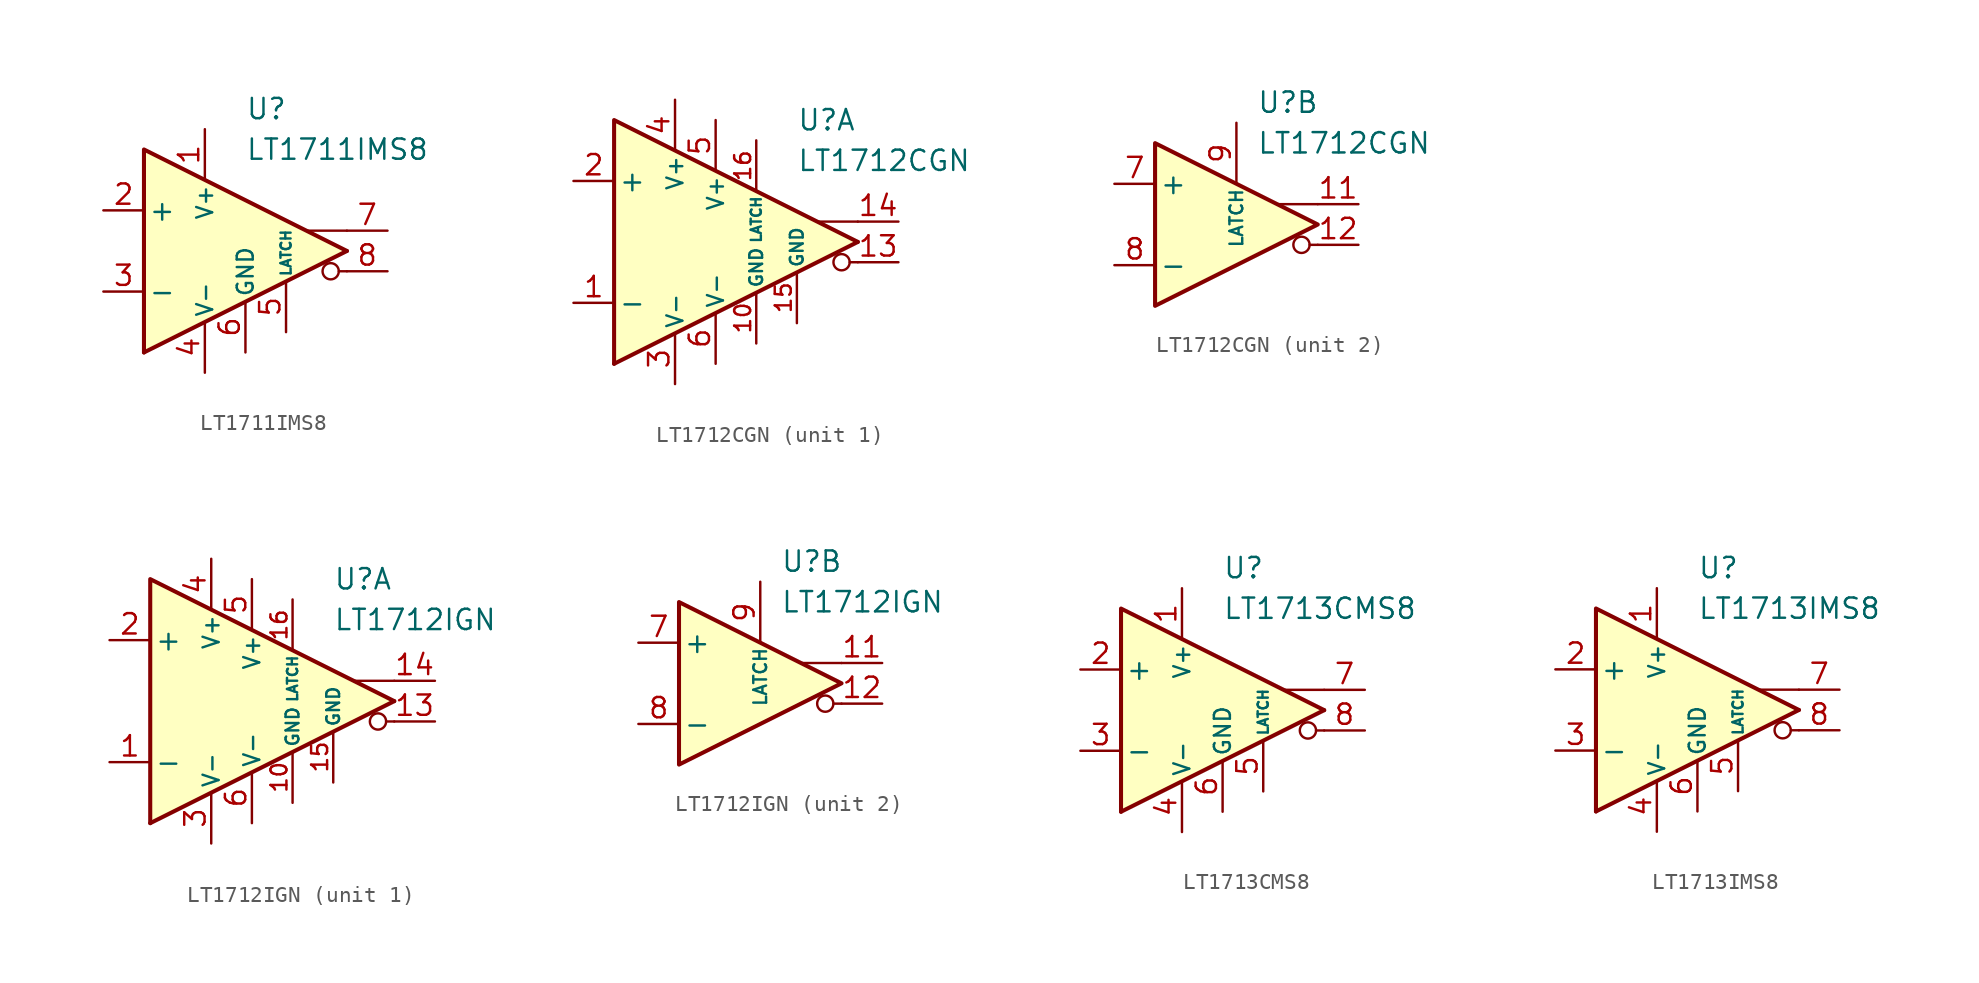
<source format=kicad_sym>
(kicad_symbol_lib
  (version 20231120)
  (generator "kicad_symbol_editor")
  (generator_version "8.0")
  (symbol "LT1711IMS8"
    (pin_names
      (offset 0.254))
    (property "Reference" "U"
      (at 0 8.89 0)
      (effects (font (size 1.27 1.27)) (justify left)))
    (property "Value" "LT1711IMS8"
      (at 0 6.35 0)
      (effects (font (size 1.27 1.27)) (justify left)))
    (symbol "LT1711IMS8_0_0"
      (polyline (pts (xy 6.35 -1.27) (xy 5.842 -1.27)) (stroke (width 0.152) (type default)) (fill (type none)))
      (polyline (pts (xy 6.35 0) (xy -6.35 -6.35)) (stroke (width 0.254) (type default)) (fill (type none)))
      (polyline (pts (xy 6.35 1.27) (xy 3.81 1.27)) (stroke (width 0.152) (type default)) (fill (type none)))
      (polyline (pts (xy 6.35 0) (xy -6.35 6.35) (xy -6.35 -6.35)) (stroke (width 0.254) (type default)) (fill (type background)))
      (circle (center 5.334 -1.27) (radius 0.508) (stroke (width 0.152) (type default)) (fill (type none))))
    (symbol "LT1711IMS8_1_1"
      (pin power_in line (at -2.54 7.62 270) (length 3.18) (name "V+" (effects (font (size 1 1)))) (number "1" (effects (font (size 1.27 1.27)))))
      (pin input line (at -8.89 2.54 0) (length 2.54) (name "+" (effects (font (size 1.27 1.27)))) (number "2" (effects (font (size 1.27 1.27)))))
      (pin input line (at -8.89 -2.54 0) (length 2.54) (name "-" (effects (font (size 1.27 1.27)))) (number "3" (effects (font (size 1.27 1.27)))))
      (pin power_in line (at -2.54 -7.62 90) (length 3.18) (name "V-" (effects (font (size 1 1)))) (number "4" (effects (font (size 1.27 1.27)))))
      (pin input line (at 2.54 -5.08 90) (length 3.18) (name "LATCH" (effects (font (size 0.635 0.635)))) (number "5" (effects (font (size 1.27 1.27)))))
      (pin power_in line (at 0 -6.35 90) (length 3.18) (name "GND" (effects (font (size 1 1)))) (number "6" (effects (font (size 1.27 1.27)))))
      (pin output line (at 8.89 1.27 180) (length 2.54) (name "~" (effects (font (size 1.27 1.27)))) (number "7" (effects (font (size 1.27 1.27)))))
      (pin output line (at 8.89 -1.27 180) (length 2.54) (name "~" (effects (font (size 1.27 1.27)))) (number "8" (effects (font (size 1.27 1.27)))))))
  (symbol "LT1712CGN"
    (pin_names
      (offset 0.254))
    (property "Reference" "U"
      (at 2.54 7.62 0)
      (effects (font (size 1.27 1.27)) (justify left)))
    (property "Value" "LT1712CGN"
      (at 2.54 5.08 0)
      (effects (font (size 1.27 1.27)) (justify left)))
    (property "ki_locked" ""
      (at 0 0 0)
      (effects (font (size 1.27 1.27))))
    (symbol "LT1712CGN_0_0"
      (polyline (pts (xy 6.35 -1.27) (xy 5.842 -1.27)) (stroke (width 0.152) (type default)) (fill (type none)))
      (polyline (pts (xy 6.35 1.27) (xy 3.81 1.27)) (stroke (width 0.152) (type default)) (fill (type none)))
      (circle (center 5.334 -1.27) (radius 0.508) (stroke (width 0.152) (type default)) (fill (type none))))
    (symbol "LT1712CGN_1_0"
      (polyline (pts (xy 6.35 0) (xy -8.89 -7.62)) (stroke (width 0.254) (type default)) (fill (type none)))
      (polyline (pts (xy 6.35 0) (xy -8.89 7.62) (xy -8.89 -7.62)) (stroke (width 0.254) (type default)) (fill (type background))))
    (symbol "LT1712CGN_1_1"
      (pin input line (at -11.43 -3.81 0) (length 2.54) (name "-" (effects (font (size 1.27 1.27)))) (number "1" (effects (font (size 1.27 1.27)))))
      (pin power_in line (at 0 -6.35 90) (length 3.18) (name "GND" (effects (font (size 0.8 0.8)))) (number "10" (effects (font (size 1 1)))))
      (pin output line (at 8.89 -1.27 180) (length 2.54) (name "~" (effects (font (size 1.27 1.27)))) (number "13" (effects (font (size 1.27 1.27)))))
      (pin output line (at 8.89 1.27 180) (length 2.54) (name "~" (effects (font (size 1.27 1.27)))) (number "14" (effects (font (size 1.27 1.27)))))
      (pin power_in line (at 2.54 -5.08 90) (length 3.18) (name "GND" (effects (font (size 0.8 0.8)))) (number "15" (effects (font (size 1 1)))))
      (pin input line (at 0 6.35 270) (length 3.18) (name "LATCH" (effects (font (size 0.635 0.635)))) (number "16" (effects (font (size 1 1)))))
      (pin input line (at -11.43 3.81 0) (length 2.54) (name "+" (effects (font (size 1.27 1.27)))) (number "2" (effects (font (size 1.27 1.27)))))
      (pin power_in line (at -5.08 -8.89 90) (length 3.18) (name "V-" (effects (font (size 1 1)))) (number "3" (effects (font (size 1.27 1.27)))))
      (pin power_in line (at -5.08 8.89 270) (length 3.18) (name "V+" (effects (font (size 1 1)))) (number "4" (effects (font (size 1.27 1.27)))))
      (pin power_in line (at -2.54 7.62 270) (length 3.18) (name "V+" (effects (font (size 1 1)))) (number "5" (effects (font (size 1.27 1.27)))))
      (pin power_in line (at -2.54 -7.62 90) (length 3.18) (name "V-" (effects (font (size 1 1)))) (number "6" (effects (font (size 1.27 1.27))))))
    (symbol "LT1712CGN_2_0"
      (polyline (pts (xy 6.35 0) (xy -3.81 5.08) (xy -3.81 -5.08) (xy 6.35 0)) (stroke (width 0.254) (type default)) (fill (type background))))
    (symbol "LT1712CGN_2_1"
      (pin output line (at 8.89 1.27 180) (length 2.54) (name "~" (effects (font (size 1.27 1.27)))) (number "11" (effects (font (size 1.27 1.27)))))
      (pin output line (at 8.89 -1.27 180) (length 2.54) (name "~" (effects (font (size 1.27 1.27)))) (number "12" (effects (font (size 1.27 1.27)))))
      (pin input line (at -6.35 2.54 0) (length 2.54) (name "+" (effects (font (size 1.27 1.27)))) (number "7" (effects (font (size 1.27 1.27)))))
      (pin input line (at -6.35 -2.54 0) (length 2.54) (name "-" (effects (font (size 1.27 1.27)))) (number "8" (effects (font (size 1.27 1.27)))))
      (pin input line (at 1.27 6.35 270) (length 3.81) (name "LATCH" (effects (font (size 0.8 0.8)))) (number "9" (effects (font (size 1.27 1.27)))))))
  (symbol "LT1712IGN"
    (pin_names
      (offset 0.254))
    (property "Reference" "U"
      (at 2.54 7.62 0)
      (effects (font (size 1.27 1.27)) (justify left)))
    (property "Value" "LT1712IGN"
      (at 2.54 5.08 0)
      (effects (font (size 1.27 1.27)) (justify left)))
    (property "ki_locked" ""
      (at 0 0 0)
      (effects (font (size 1.27 1.27))))
    (symbol "LT1712IGN_0_0"
      (polyline (pts (xy 6.35 -1.27) (xy 5.842 -1.27)) (stroke (width 0.152) (type default)) (fill (type none)))
      (polyline (pts (xy 6.35 1.27) (xy 3.81 1.27)) (stroke (width 0.152) (type default)) (fill (type none)))
      (circle (center 5.334 -1.27) (radius 0.508) (stroke (width 0.152) (type default)) (fill (type none))))
    (symbol "LT1712IGN_1_0"
      (polyline (pts (xy 6.35 0) (xy -8.89 -7.62)) (stroke (width 0.254) (type default)) (fill (type none)))
      (polyline (pts (xy 6.35 0) (xy -8.89 7.62) (xy -8.89 -7.62)) (stroke (width 0.254) (type default)) (fill (type background))))
    (symbol "LT1712IGN_1_1"
      (pin input line (at -11.43 -3.81 0) (length 2.54) (name "-" (effects (font (size 1.27 1.27)))) (number "1" (effects (font (size 1.27 1.27)))))
      (pin power_in line (at 0 -6.35 90) (length 3.18) (name "GND" (effects (font (size 0.8 0.8)))) (number "10" (effects (font (size 1 1)))))
      (pin output line (at 8.89 -1.27 180) (length 2.54) (name "~" (effects (font (size 1.27 1.27)))) (number "13" (effects (font (size 1.27 1.27)))))
      (pin output line (at 8.89 1.27 180) (length 2.54) (name "~" (effects (font (size 1.27 1.27)))) (number "14" (effects (font (size 1.27 1.27)))))
      (pin power_in line (at 2.54 -5.08 90) (length 3.18) (name "GND" (effects (font (size 0.8 0.8)))) (number "15" (effects (font (size 1 1)))))
      (pin input line (at 0 6.35 270) (length 3.18) (name "LATCH" (effects (font (size 0.635 0.635)))) (number "16" (effects (font (size 1 1)))))
      (pin input line (at -11.43 3.81 0) (length 2.54) (name "+" (effects (font (size 1.27 1.27)))) (number "2" (effects (font (size 1.27 1.27)))))
      (pin power_in line (at -5.08 -8.89 90) (length 3.18) (name "V-" (effects (font (size 1 1)))) (number "3" (effects (font (size 1.27 1.27)))))
      (pin power_in line (at -5.08 8.89 270) (length 3.18) (name "V+" (effects (font (size 1 1)))) (number "4" (effects (font (size 1.27 1.27)))))
      (pin power_in line (at -2.54 7.62 270) (length 3.18) (name "V+" (effects (font (size 1 1)))) (number "5" (effects (font (size 1.27 1.27)))))
      (pin power_in line (at -2.54 -7.62 90) (length 3.18) (name "V-" (effects (font (size 1 1)))) (number "6" (effects (font (size 1.27 1.27))))))
    (symbol "LT1712IGN_2_0"
      (polyline (pts (xy 6.35 0) (xy -3.81 5.08) (xy -3.81 -5.08) (xy 6.35 0)) (stroke (width 0.254) (type default)) (fill (type background))))
    (symbol "LT1712IGN_2_1"
      (pin output line (at 8.89 1.27 180) (length 2.54) (name "~" (effects (font (size 1.27 1.27)))) (number "11" (effects (font (size 1.27 1.27)))))
      (pin output line (at 8.89 -1.27 180) (length 2.54) (name "~" (effects (font (size 1.27 1.27)))) (number "12" (effects (font (size 1.27 1.27)))))
      (pin input line (at -6.35 2.54 0) (length 2.54) (name "+" (effects (font (size 1.27 1.27)))) (number "7" (effects (font (size 1.27 1.27)))))
      (pin input line (at -6.35 -2.54 0) (length 2.54) (name "-" (effects (font (size 1.27 1.27)))) (number "8" (effects (font (size 1.27 1.27)))))
      (pin input line (at 1.27 6.35 270) (length 3.81) (name "LATCH" (effects (font (size 0.8 0.8)))) (number "9" (effects (font (size 1.27 1.27)))))))
  (symbol "LT1713CMS8"
    (pin_names
      (offset 0.254))
    (property "Reference" "U"
      (at 0 8.89 0)
      (effects (font (size 1.27 1.27)) (justify left)))
    (property "Value" "LT1713CMS8"
      (at 0 6.35 0)
      (effects (font (size 1.27 1.27)) (justify left)))
    (symbol "LT1713CMS8_0_0"
      (polyline (pts (xy 6.35 -1.27) (xy 5.842 -1.27)) (stroke (width 0.152) (type default)) (fill (type none)))
      (polyline (pts (xy 6.35 0) (xy -6.35 -6.35)) (stroke (width 0.254) (type default)) (fill (type none)))
      (polyline (pts (xy 6.35 1.27) (xy 3.81 1.27)) (stroke (width 0.152) (type default)) (fill (type none)))
      (polyline (pts (xy 6.35 0) (xy -6.35 6.35) (xy -6.35 -6.35)) (stroke (width 0.254) (type default)) (fill (type background)))
      (circle (center 5.334 -1.27) (radius 0.508) (stroke (width 0.152) (type default)) (fill (type none))))
    (symbol "LT1713CMS8_1_1"
      (pin power_in line (at -2.54 7.62 270) (length 3.18) (name "V+" (effects (font (size 1 1)))) (number "1" (effects (font (size 1.27 1.27)))))
      (pin input line (at -8.89 2.54 0) (length 2.54) (name "+" (effects (font (size 1.27 1.27)))) (number "2" (effects (font (size 1.27 1.27)))))
      (pin input line (at -8.89 -2.54 0) (length 2.54) (name "-" (effects (font (size 1.27 1.27)))) (number "3" (effects (font (size 1.27 1.27)))))
      (pin power_in line (at -2.54 -7.62 90) (length 3.18) (name "V-" (effects (font (size 1 1)))) (number "4" (effects (font (size 1.27 1.27)))))
      (pin input line (at 2.54 -5.08 90) (length 3.18) (name "LATCH" (effects (font (size 0.635 0.635)))) (number "5" (effects (font (size 1.27 1.27)))))
      (pin power_in line (at 0 -6.35 90) (length 3.18) (name "GND" (effects (font (size 1 1)))) (number "6" (effects (font (size 1.27 1.27)))))
      (pin output line (at 8.89 1.27 180) (length 2.54) (name "~" (effects (font (size 1.27 1.27)))) (number "7" (effects (font (size 1.27 1.27)))))
      (pin output line (at 8.89 -1.27 180) (length 2.54) (name "~" (effects (font (size 1.27 1.27)))) (number "8" (effects (font (size 1.27 1.27)))))))
  (symbol "LT1713IMS8"
    (pin_names
      (offset 0.254))
    (property "Reference" "U"
      (at 0 8.89 0)
      (effects (font (size 1.27 1.27)) (justify left)))
    (property "Value" "LT1713IMS8"
      (at 0 6.35 0)
      (effects (font (size 1.27 1.27)) (justify left)))
    (symbol "LT1713IMS8_0_0"
      (polyline (pts (xy 6.35 -1.27) (xy 5.842 -1.27)) (stroke (width 0.152) (type default)) (fill (type none)))
      (polyline (pts (xy 6.35 0) (xy -6.35 -6.35)) (stroke (width 0.254) (type default)) (fill (type none)))
      (polyline (pts (xy 6.35 1.27) (xy 3.81 1.27)) (stroke (width 0.152) (type default)) (fill (type none)))
      (polyline (pts (xy 6.35 0) (xy -6.35 6.35) (xy -6.35 -6.35)) (stroke (width 0.254) (type default)) (fill (type background)))
      (circle (center 5.334 -1.27) (radius 0.508) (stroke (width 0.152) (type default)) (fill (type none))))
    (symbol "LT1713IMS8_1_1"
      (pin power_in line (at -2.54 7.62 270) (length 3.18) (name "V+" (effects (font (size 1 1)))) (number "1" (effects (font (size 1.27 1.27)))))
      (pin input line (at -8.89 2.54 0) (length 2.54) (name "+" (effects (font (size 1.27 1.27)))) (number "2" (effects (font (size 1.27 1.27)))))
      (pin input line (at -8.89 -2.54 0) (length 2.54) (name "-" (effects (font (size 1.27 1.27)))) (number "3" (effects (font (size 1.27 1.27)))))
      (pin power_in line (at -2.54 -7.62 90) (length 3.18) (name "V-" (effects (font (size 1 1)))) (number "4" (effects (font (size 1.27 1.27)))))
      (pin input line (at 2.54 -5.08 90) (length 3.18) (name "LATCH" (effects (font (size 0.635 0.635)))) (number "5" (effects (font (size 1.27 1.27)))))
      (pin power_in line (at 0 -6.35 90) (length 3.18) (name "GND" (effects (font (size 1 1)))) (number "6" (effects (font (size 1.27 1.27)))))
      (pin output line (at 8.89 1.27 180) (length 2.54) (name "~" (effects (font (size 1.27 1.27)))) (number "7" (effects (font (size 1.27 1.27)))))
      (pin output line (at 8.89 -1.27 180) (length 2.54) (name "~" (effects (font (size 1.27 1.27)))) (number "8" (effects (font (size 1.27 1.27))))))))
</source>
